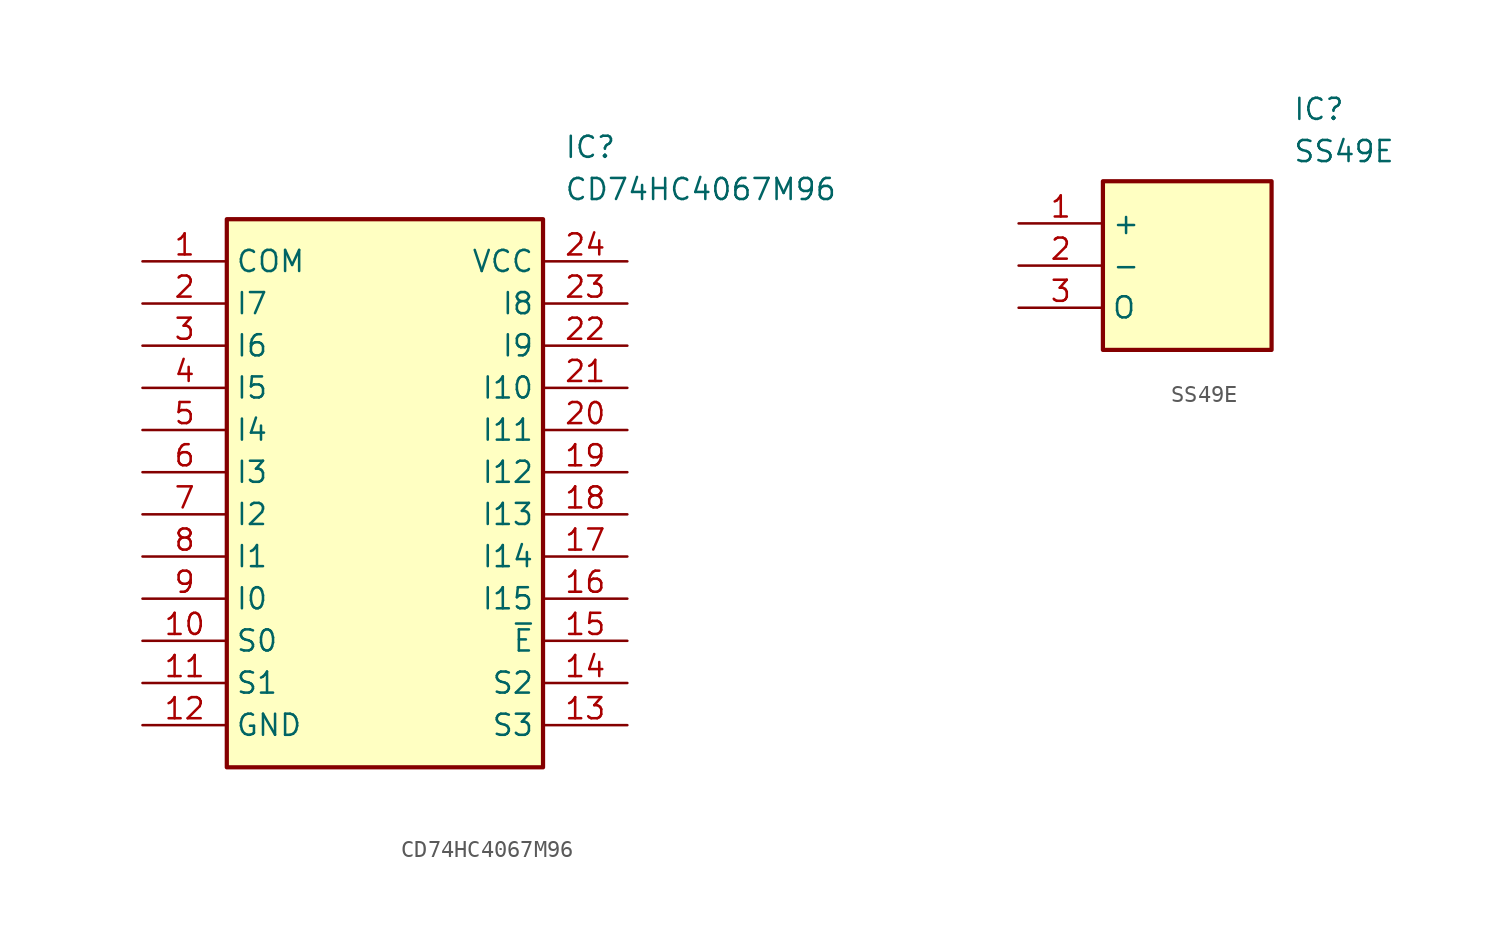
<source format=kicad_sym>
(kicad_symbol_lib
  (version 20231120)
  (generator "kicad_symbol_editor")
  (generator_version "8.0")
  (symbol "CD74HC4067M96"
    (property "Reference" "IC"
      (at 25.4 7.62 0)
      (effects (font (size 1.27 1.27)) (justify left top)))
    (property "Value" "CD74HC4067M96"
      (at 25.4 5.08 0)
      (effects (font (size 1.27 1.27)) (justify left top)))
    (symbol "CD74HC4067M96_1_1"
      (rectangle (start 5.08 2.54) (end 24.13 -30.48) (stroke (width 0.254) (type default)) (fill (type background)))
      (pin passive line (at 0 0 0) (length 5.08) (name "COM" (effects (font (size 1.27 1.27)))) (number "1" (effects (font (size 1.27 1.27)))))
      (pin passive line (at 0 -22.86 0) (length 5.08) (name "S0" (effects (font (size 1.27 1.27)))) (number "10" (effects (font (size 1.27 1.27)))))
      (pin passive line (at 0 -25.4 0) (length 5.08) (name "S1" (effects (font (size 1.27 1.27)))) (number "11" (effects (font (size 1.27 1.27)))))
      (pin passive line (at 0 -27.94 0) (length 5.08) (name "GND" (effects (font (size 1.27 1.27)))) (number "12" (effects (font (size 1.27 1.27)))))
      (pin passive line (at 29.21 -27.94 180) (length 5.08) (name "S3" (effects (font (size 1.27 1.27)))) (number "13" (effects (font (size 1.27 1.27)))))
      (pin passive line (at 29.21 -25.4 180) (length 5.08) (name "S2" (effects (font (size 1.27 1.27)))) (number "14" (effects (font (size 1.27 1.27)))))
      (pin passive line (at 29.21 -22.86 180) (length 5.08) (name "~{E}" (effects (font (size 1.27 1.27)))) (number "15" (effects (font (size 1.27 1.27)))))
      (pin passive line (at 29.21 -20.32 180) (length 5.08) (name "I15" (effects (font (size 1.27 1.27)))) (number "16" (effects (font (size 1.27 1.27)))))
      (pin passive line (at 29.21 -17.78 180) (length 5.08) (name "I14" (effects (font (size 1.27 1.27)))) (number "17" (effects (font (size 1.27 1.27)))))
      (pin passive line (at 29.21 -15.24 180) (length 5.08) (name "I13" (effects (font (size 1.27 1.27)))) (number "18" (effects (font (size 1.27 1.27)))))
      (pin passive line (at 29.21 -12.7 180) (length 5.08) (name "I12" (effects (font (size 1.27 1.27)))) (number "19" (effects (font (size 1.27 1.27)))))
      (pin passive line (at 0 -2.54 0) (length 5.08) (name "I7" (effects (font (size 1.27 1.27)))) (number "2" (effects (font (size 1.27 1.27)))))
      (pin passive line (at 29.21 -10.16 180) (length 5.08) (name "I11" (effects (font (size 1.27 1.27)))) (number "20" (effects (font (size 1.27 1.27)))))
      (pin passive line (at 29.21 -7.62 180) (length 5.08) (name "I10" (effects (font (size 1.27 1.27)))) (number "21" (effects (font (size 1.27 1.27)))))
      (pin passive line (at 29.21 -5.08 180) (length 5.08) (name "I9" (effects (font (size 1.27 1.27)))) (number "22" (effects (font (size 1.27 1.27)))))
      (pin passive line (at 29.21 -2.54 180) (length 5.08) (name "I8" (effects (font (size 1.27 1.27)))) (number "23" (effects (font (size 1.27 1.27)))))
      (pin passive line (at 29.21 0 180) (length 5.08) (name "VCC" (effects (font (size 1.27 1.27)))) (number "24" (effects (font (size 1.27 1.27)))))
      (pin passive line (at 0 -5.08 0) (length 5.08) (name "I6" (effects (font (size 1.27 1.27)))) (number "3" (effects (font (size 1.27 1.27)))))
      (pin passive line (at 0 -7.62 0) (length 5.08) (name "I5" (effects (font (size 1.27 1.27)))) (number "4" (effects (font (size 1.27 1.27)))))
      (pin passive line (at 0 -10.16 0) (length 5.08) (name "I4" (effects (font (size 1.27 1.27)))) (number "5" (effects (font (size 1.27 1.27)))))
      (pin passive line (at 0 -12.7 0) (length 5.08) (name "I3" (effects (font (size 1.27 1.27)))) (number "6" (effects (font (size 1.27 1.27)))))
      (pin passive line (at 0 -15.24 0) (length 5.08) (name "I2" (effects (font (size 1.27 1.27)))) (number "7" (effects (font (size 1.27 1.27)))))
      (pin passive line (at 0 -17.78 0) (length 5.08) (name "I1" (effects (font (size 1.27 1.27)))) (number "8" (effects (font (size 1.27 1.27)))))
      (pin passive line (at 0 -20.32 0) (length 5.08) (name "I0" (effects (font (size 1.27 1.27)))) (number "9" (effects (font (size 1.27 1.27)))))))
  (symbol "SS49E"
    (property "Reference" "IC"
      (at 16.51 7.62 0)
      (effects (font (size 1.27 1.27)) (justify left top)))
    (property "Value" "SS49E"
      (at 16.51 5.08 0)
      (effects (font (size 1.27 1.27)) (justify left top)))
    (symbol "SS49E_1_1"
      (rectangle (start 5.08 2.54) (end 15.24 -7.62) (stroke (width 0.254) (type default)) (fill (type background)))
      (pin power_in line (at 0 0 0) (length 5.08) (name "+" (effects (font (size 1.27 1.27)))) (number "1" (effects (font (size 1.27 1.27)))))
      (pin power_in line (at 0 -2.54 0) (length 5.08) (name "-" (effects (font (size 1.27 1.27)))) (number "2" (effects (font (size 1.27 1.27)))))
      (pin passive line (at 0 -5.08 0) (length 5.08) (name "O" (effects (font (size 1.27 1.27)))) (number "3" (effects (font (size 1.27 1.27))))))))
</source>
